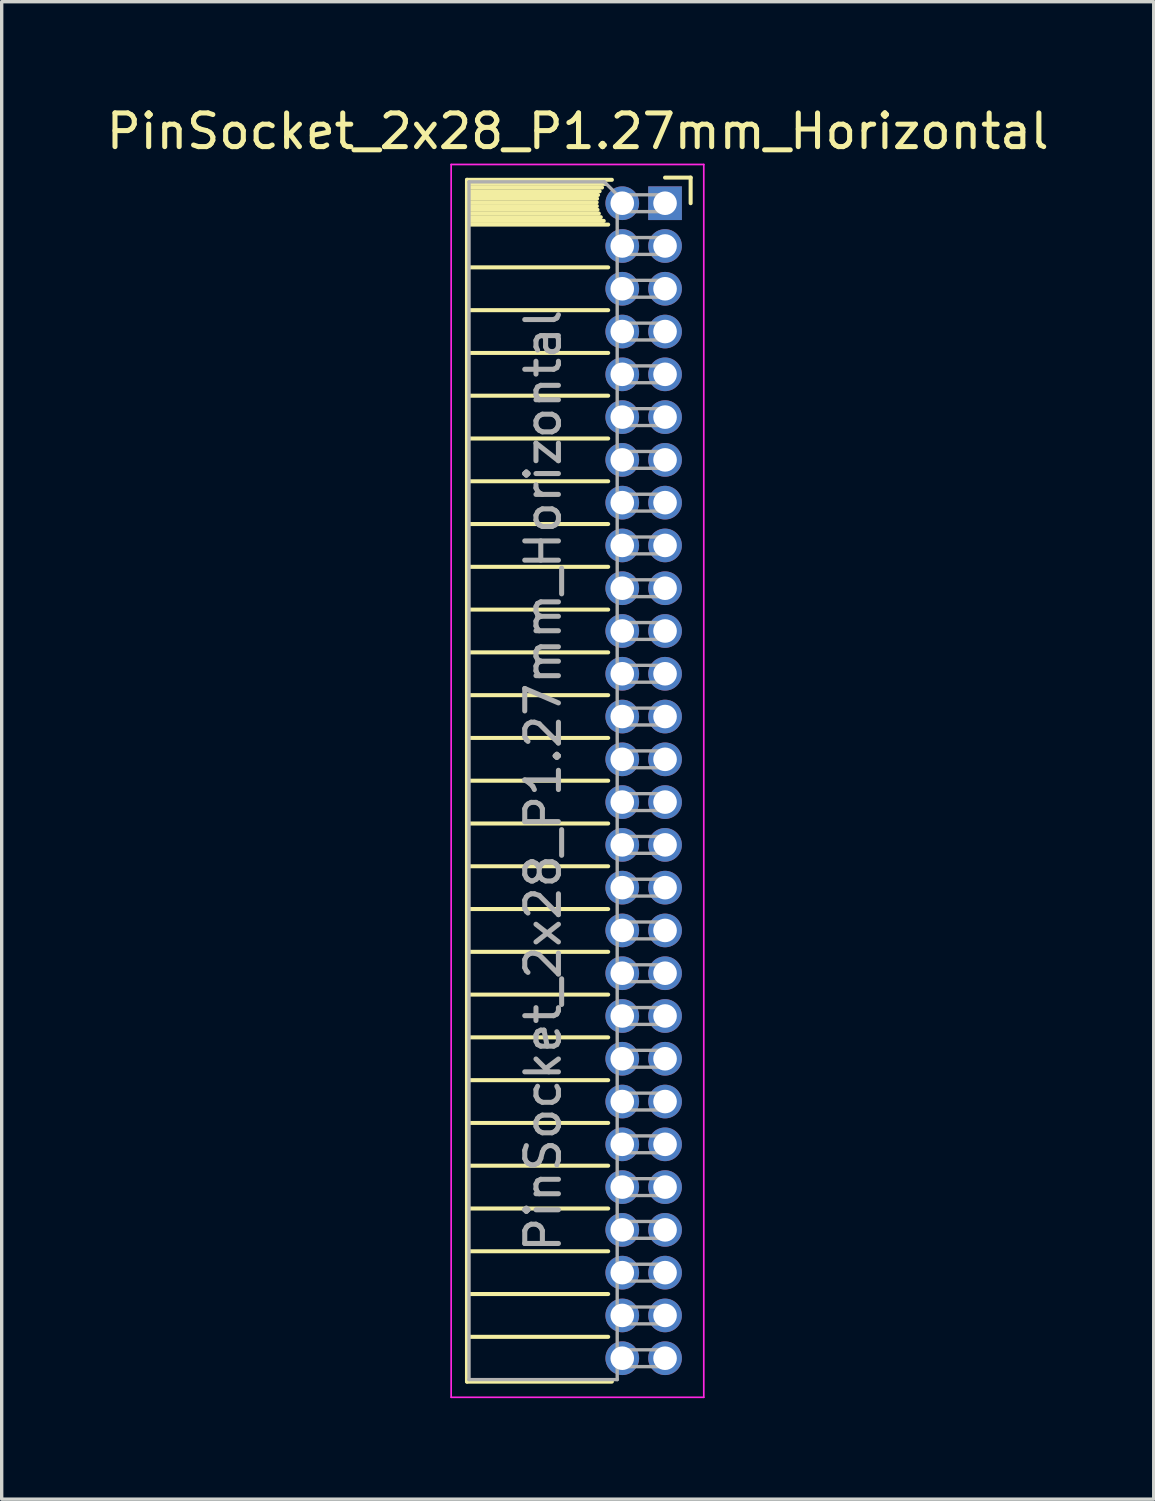
<source format=kicad_pcb>
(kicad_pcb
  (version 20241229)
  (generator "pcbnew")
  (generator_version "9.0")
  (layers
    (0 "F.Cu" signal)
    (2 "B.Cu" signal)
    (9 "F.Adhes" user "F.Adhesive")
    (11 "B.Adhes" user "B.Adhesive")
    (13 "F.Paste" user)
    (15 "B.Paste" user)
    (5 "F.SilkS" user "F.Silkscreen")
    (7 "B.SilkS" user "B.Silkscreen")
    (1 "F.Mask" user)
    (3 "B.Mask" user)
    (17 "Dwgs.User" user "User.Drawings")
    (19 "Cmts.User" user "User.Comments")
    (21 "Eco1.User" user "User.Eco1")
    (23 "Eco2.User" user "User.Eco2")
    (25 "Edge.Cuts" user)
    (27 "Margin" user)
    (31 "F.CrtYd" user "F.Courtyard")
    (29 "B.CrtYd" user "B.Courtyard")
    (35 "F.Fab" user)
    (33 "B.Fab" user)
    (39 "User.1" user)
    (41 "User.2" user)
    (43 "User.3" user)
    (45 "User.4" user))
  (footprint "PinSocket_2x28_P1.27mm_Horizontal"
    (layer "F.Cu")
    (at 16.694 2.983)
    (property "Reference" "PinSocket_2x28_P1.27mm_Horizontal" (at -2.592 -2.135 0) (layer "F.SilkS") (effects (font (size 1 1) (thickness 0.15))))
    (attr through_hole)
    (fp_line (start -5.88 -0.695) (end -5.88 34.985) (stroke (width 0.12) (type solid)) (layer "F.SilkS"))
    (fp_line (start -5.88 -0.695) (end -1.578 -0.695) (stroke (width 0.12) (type solid)) (layer "F.SilkS"))
    (fp_line (start -5.88 -0.575) (end -1.767 -0.575) (stroke (width 0.12) (type solid)) (layer "F.SilkS"))
    (fp_line (start -5.88 -0.465) (end -1.871 -0.465) (stroke (width 0.12) (type solid)) (layer "F.SilkS"))
    (fp_line (start -5.88 -0.355) (end -1.942 -0.355) (stroke (width 0.12) (type solid)) (layer "F.SilkS"))
    (fp_line (start -5.88 -0.245) (end -1.989 -0.245) (stroke (width 0.12) (type solid)) (layer "F.SilkS"))
    (fp_line (start -5.88 -0.135) (end -2.018 -0.135) (stroke (width 0.12) (type solid)) (layer "F.SilkS"))
    (fp_line (start -5.88 -0.025) (end -2.03 -0.025) (stroke (width 0.12) (type solid)) (layer "F.SilkS"))
    (fp_line (start -5.88 0.085) (end -2.025 0.085) (stroke (width 0.12) (type solid)) (layer "F.SilkS"))
    (fp_line (start -5.88 0.195) (end -2.005 0.195) (stroke (width 0.12) (type solid)) (layer "F.SilkS"))
    (fp_line (start -5.88 0.305) (end -1.966 0.305) (stroke (width 0.12) (type solid)) (layer "F.SilkS"))
    (fp_line (start -5.88 0.415) (end -1.907 0.415) (stroke (width 0.12) (type solid)) (layer "F.SilkS"))
    (fp_line (start -5.88 0.525) (end -1.82 0.525) (stroke (width 0.12) (type solid)) (layer "F.SilkS"))
    (fp_line (start -5.88 0.635) (end -1.688 0.635) (stroke (width 0.12) (type solid)) (layer "F.SilkS"))
    (fp_line (start -5.88 1.905) (end -1.688 1.905) (stroke (width 0.12) (type solid)) (layer "F.SilkS"))
    (fp_line (start -5.88 3.175) (end -1.688 3.175) (stroke (width 0.12) (type solid)) (layer "F.SilkS"))
    (fp_line (start -5.88 4.445) (end -1.688 4.445) (stroke (width 0.12) (type solid)) (layer "F.SilkS"))
    (fp_line (start -5.88 5.715) (end -1.688 5.715) (stroke (width 0.12) (type solid)) (layer "F.SilkS"))
    (fp_line (start -5.88 6.985) (end -1.688 6.985) (stroke (width 0.12) (type solid)) (layer "F.SilkS"))
    (fp_line (start -5.88 8.255) (end -1.688 8.255) (stroke (width 0.12) (type solid)) (layer "F.SilkS"))
    (fp_line (start -5.88 9.525) (end -1.688 9.525) (stroke (width 0.12) (type solid)) (layer "F.SilkS"))
    (fp_line (start -5.88 10.795) (end -1.688 10.795) (stroke (width 0.12) (type solid)) (layer "F.SilkS"))
    (fp_line (start -5.88 12.065) (end -1.688 12.065) (stroke (width 0.12) (type solid)) (layer "F.SilkS"))
    (fp_line (start -5.88 13.335) (end -1.688 13.335) (stroke (width 0.12) (type solid)) (layer "F.SilkS"))
    (fp_line (start -5.88 14.605) (end -1.688 14.605) (stroke (width 0.12) (type solid)) (layer "F.SilkS"))
    (fp_line (start -5.88 15.875) (end -1.688 15.875) (stroke (width 0.12) (type solid)) (layer "F.SilkS"))
    (fp_line (start -5.88 17.145) (end -1.688 17.145) (stroke (width 0.12) (type solid)) (layer "F.SilkS"))
    (fp_line (start -5.88 18.415) (end -1.688 18.415) (stroke (width 0.12) (type solid)) (layer "F.SilkS"))
    (fp_line (start -5.88 19.685) (end -1.688 19.685) (stroke (width 0.12) (type solid)) (layer "F.SilkS"))
    (fp_line (start -5.88 20.955) (end -1.688 20.955) (stroke (width 0.12) (type solid)) (layer "F.SilkS"))
    (fp_line (start -5.88 22.225) (end -1.688 22.225) (stroke (width 0.12) (type solid)) (layer "F.SilkS"))
    (fp_line (start -5.88 23.495) (end -1.688 23.495) (stroke (width 0.12) (type solid)) (layer "F.SilkS"))
    (fp_line (start -5.88 24.765) (end -1.688 24.765) (stroke (width 0.12) (type solid)) (layer "F.SilkS"))
    (fp_line (start -5.88 26.035) (end -1.688 26.035) (stroke (width 0.12) (type solid)) (layer "F.SilkS"))
    (fp_line (start -5.88 27.305) (end -1.688 27.305) (stroke (width 0.12) (type solid)) (layer "F.SilkS"))
    (fp_line (start -5.88 28.575) (end -1.688 28.575) (stroke (width 0.12) (type solid)) (layer "F.SilkS"))
    (fp_line (start -5.88 29.845) (end -1.688 29.845) (stroke (width 0.12) (type solid)) (layer "F.SilkS"))
    (fp_line (start -5.88 31.115) (end -1.688 31.115) (stroke (width 0.12) (type solid)) (layer "F.SilkS"))
    (fp_line (start -5.88 32.385) (end -1.688 32.385) (stroke (width 0.12) (type solid)) (layer "F.SilkS"))
    (fp_line (start -5.88 33.655) (end -1.688 33.655) (stroke (width 0.12) (type solid)) (layer "F.SilkS"))
    (fp_line (start -5.88 34.985) (end -1.578 34.985) (stroke (width 0.12) (type solid)) (layer "F.SilkS"))
    (fp_line (start 0 -0.76) (end 0.76 -0.76) (stroke (width 0.12) (type solid)) (layer "F.SilkS"))
    (fp_line (start 0.76 -0.76) (end 0.76 0) (stroke (width 0.12) (type solid)) (layer "F.SilkS"))
    (fp_line (start -6.35 -1.15) (end -6.35 35.45) (stroke (width 0.05) (type solid)) (layer "F.CrtYd"))
    (fp_line (start -6.35 35.45) (end 1.15 35.45) (stroke (width 0.05) (type solid)) (layer "F.CrtYd"))
    (fp_line (start 1.15 -1.15) (end -6.35 -1.15) (stroke (width 0.05) (type solid)) (layer "F.CrtYd"))
    (fp_line (start 1.15 35.45) (end 1.15 -1.15) (stroke (width 0.05) (type solid)) (layer "F.CrtYd"))
    (fp_line (start -5.82 -0.635) (end -1.805 -0.635) (stroke (width 0.1) (type solid)) (layer "F.Fab"))
    (fp_line (start -5.82 34.925) (end -5.82 -0.635) (stroke (width 0.1) (type solid)) (layer "F.Fab"))
    (fp_line (start -1.805 -0.635) (end -1.42 -0.25) (stroke (width 0.1) (type solid)) (layer "F.Fab"))
    (fp_line (start -1.42 -0.25) (end -1.42 34.925) (stroke (width 0.1) (type solid)) (layer "F.Fab"))
    (fp_line (start -1.42 0.25) (end 0 0.25) (stroke (width 0.1) (type solid)) (layer "F.Fab"))
    (fp_line (start -1.42 1.52) (end 0 1.52) (stroke (width 0.1) (type solid)) (layer "F.Fab"))
    (fp_line (start -1.42 2.79) (end 0 2.79) (stroke (width 0.1) (type solid)) (layer "F.Fab"))
    (fp_line (start -1.42 4.06) (end 0 4.06) (stroke (width 0.1) (type solid)) (layer "F.Fab"))
    (fp_line (start -1.42 5.33) (end 0 5.33) (stroke (width 0.1) (type solid)) (layer "F.Fab"))
    (fp_line (start -1.42 6.6) (end 0 6.6) (stroke (width 0.1) (type solid)) (layer "F.Fab"))
    (fp_line (start -1.42 7.87) (end 0 7.87) (stroke (width 0.1) (type solid)) (layer "F.Fab"))
    (fp_line (start -1.42 9.14) (end 0 9.14) (stroke (width 0.1) (type solid)) (layer "F.Fab"))
    (fp_line (start -1.42 10.41) (end 0 10.41) (stroke (width 0.1) (type solid)) (layer "F.Fab"))
    (fp_line (start -1.42 11.68) (end 0 11.68) (stroke (width 0.1) (type solid)) (layer "F.Fab"))
    (fp_line (start -1.42 12.95) (end 0 12.95) (stroke (width 0.1) (type solid)) (layer "F.Fab"))
    (fp_line (start -1.42 14.22) (end 0 14.22) (stroke (width 0.1) (type solid)) (layer "F.Fab"))
    (fp_line (start -1.42 15.49) (end 0 15.49) (stroke (width 0.1) (type solid)) (layer "F.Fab"))
    (fp_line (start -1.42 16.76) (end 0 16.76) (stroke (width 0.1) (type solid)) (layer "F.Fab"))
    (fp_line (start -1.42 18.03) (end 0 18.03) (stroke (width 0.1) (type solid)) (layer "F.Fab"))
    (fp_line (start -1.42 19.3) (end 0 19.3) (stroke (width 0.1) (type solid)) (layer "F.Fab"))
    (fp_line (start -1.42 20.57) (end 0 20.57) (stroke (width 0.1) (type solid)) (layer "F.Fab"))
    (fp_line (start -1.42 21.84) (end 0 21.84) (stroke (width 0.1) (type solid)) (layer "F.Fab"))
    (fp_line (start -1.42 23.11) (end 0 23.11) (stroke (width 0.1) (type solid)) (layer "F.Fab"))
    (fp_line (start -1.42 24.38) (end 0 24.38) (stroke (width 0.1) (type solid)) (layer "F.Fab"))
    (fp_line (start -1.42 25.65) (end 0 25.65) (stroke (width 0.1) (type solid)) (layer "F.Fab"))
    (fp_line (start -1.42 26.92) (end 0 26.92) (stroke (width 0.1) (type solid)) (layer "F.Fab"))
    (fp_line (start -1.42 28.19) (end 0 28.19) (stroke (width 0.1) (type solid)) (layer "F.Fab"))
    (fp_line (start -1.42 29.46) (end 0 29.46) (stroke (width 0.1) (type solid)) (layer "F.Fab"))
    (fp_line (start -1.42 30.73) (end 0 30.73) (stroke (width 0.1) (type solid)) (layer "F.Fab"))
    (fp_line (start -1.42 32) (end 0 32) (stroke (width 0.1) (type solid)) (layer "F.Fab"))
    (fp_line (start -1.42 33.27) (end 0 33.27) (stroke (width 0.1) (type solid)) (layer "F.Fab"))
    (fp_line (start -1.42 34.54) (end 0 34.54) (stroke (width 0.1) (type solid)) (layer "F.Fab"))
    (fp_line (start -1.42 34.925) (end -5.82 34.925) (stroke (width 0.1) (type solid)) (layer "F.Fab"))
    (fp_line (start 0 -0.25) (end -1.42 -0.25) (stroke (width 0.1) (type solid)) (layer "F.Fab"))
    (fp_line (start 0 0.25) (end 0 -0.25) (stroke (width 0.1) (type solid)) (layer "F.Fab"))
    (fp_line (start 0 1.02) (end -1.42 1.02) (stroke (width 0.1) (type solid)) (layer "F.Fab"))
    (fp_line (start 0 1.52) (end 0 1.02) (stroke (width 0.1) (type solid)) (layer "F.Fab"))
    (fp_line (start 0 2.29) (end -1.42 2.29) (stroke (width 0.1) (type solid)) (layer "F.Fab"))
    (fp_line (start 0 2.79) (end 0 2.29) (stroke (width 0.1) (type solid)) (layer "F.Fab"))
    (fp_line (start 0 3.56) (end -1.42 3.56) (stroke (width 0.1) (type solid)) (layer "F.Fab"))
    (fp_line (start 0 4.06) (end 0 3.56) (stroke (width 0.1) (type solid)) (layer "F.Fab"))
    (fp_line (start 0 4.83) (end -1.42 4.83) (stroke (width 0.1) (type solid)) (layer "F.Fab"))
    (fp_line (start 0 5.33) (end 0 4.83) (stroke (width 0.1) (type solid)) (layer "F.Fab"))
    (fp_line (start 0 6.1) (end -1.42 6.1) (stroke (width 0.1) (type solid)) (layer "F.Fab"))
    (fp_line (start 0 6.6) (end 0 6.1) (stroke (width 0.1) (type solid)) (layer "F.Fab"))
    (fp_line (start 0 7.37) (end -1.42 7.37) (stroke (width 0.1) (type solid)) (layer "F.Fab"))
    (fp_line (start 0 7.87) (end 0 7.37) (stroke (width 0.1) (type solid)) (layer "F.Fab"))
    (fp_line (start 0 8.64) (end -1.42 8.64) (stroke (width 0.1) (type solid)) (layer "F.Fab"))
    (fp_line (start 0 9.14) (end 0 8.64) (stroke (width 0.1) (type solid)) (layer "F.Fab"))
    (fp_line (start 0 9.91) (end -1.42 9.91) (stroke (width 0.1) (type solid)) (layer "F.Fab"))
    (fp_line (start 0 10.41) (end 0 9.91) (stroke (width 0.1) (type solid)) (layer "F.Fab"))
    (fp_line (start 0 11.18) (end -1.42 11.18) (stroke (width 0.1) (type solid)) (layer "F.Fab"))
    (fp_line (start 0 11.68) (end 0 11.18) (stroke (width 0.1) (type solid)) (layer "F.Fab"))
    (fp_line (start 0 12.45) (end -1.42 12.45) (stroke (width 0.1) (type solid)) (layer "F.Fab"))
    (fp_line (start 0 12.95) (end 0 12.45) (stroke (width 0.1) (type solid)) (layer "F.Fab"))
    (fp_line (start 0 13.72) (end -1.42 13.72) (stroke (width 0.1) (type solid)) (layer "F.Fab"))
    (fp_line (start 0 14.22) (end 0 13.72) (stroke (width 0.1) (type solid)) (layer "F.Fab"))
    (fp_line (start 0 14.99) (end -1.42 14.99) (stroke (width 0.1) (type solid)) (layer "F.Fab"))
    (fp_line (start 0 15.49) (end 0 14.99) (stroke (width 0.1) (type solid)) (layer "F.Fab"))
    (fp_line (start 0 16.26) (end -1.42 16.26) (stroke (width 0.1) (type solid)) (layer "F.Fab"))
    (fp_line (start 0 16.76) (end 0 16.26) (stroke (width 0.1) (type solid)) (layer "F.Fab"))
    (fp_line (start 0 17.53) (end -1.42 17.53) (stroke (width 0.1) (type solid)) (layer "F.Fab"))
    (fp_line (start 0 18.03) (end 0 17.53) (stroke (width 0.1) (type solid)) (layer "F.Fab"))
    (fp_line (start 0 18.8) (end -1.42 18.8) (stroke (width 0.1) (type solid)) (layer "F.Fab"))
    (fp_line (start 0 19.3) (end 0 18.8) (stroke (width 0.1) (type solid)) (layer "F.Fab"))
    (fp_line (start 0 20.07) (end -1.42 20.07) (stroke (width 0.1) (type solid)) (layer "F.Fab"))
    (fp_line (start 0 20.57) (end 0 20.07) (stroke (width 0.1) (type solid)) (layer "F.Fab"))
    (fp_line (start 0 21.34) (end -1.42 21.34) (stroke (width 0.1) (type solid)) (layer "F.Fab"))
    (fp_line (start 0 21.84) (end 0 21.34) (stroke (width 0.1) (type solid)) (layer "F.Fab"))
    (fp_line (start 0 22.61) (end -1.42 22.61) (stroke (width 0.1) (type solid)) (layer "F.Fab"))
    (fp_line (start 0 23.11) (end 0 22.61) (stroke (width 0.1) (type solid)) (layer "F.Fab"))
    (fp_line (start 0 23.88) (end -1.42 23.88) (stroke (width 0.1) (type solid)) (layer "F.Fab"))
    (fp_line (start 0 24.38) (end 0 23.88) (stroke (width 0.1) (type solid)) (layer "F.Fab"))
    (fp_line (start 0 25.15) (end -1.42 25.15) (stroke (width 0.1) (type solid)) (layer "F.Fab"))
    (fp_line (start 0 25.65) (end 0 25.15) (stroke (width 0.1) (type solid)) (layer "F.Fab"))
    (fp_line (start 0 26.42) (end -1.42 26.42) (stroke (width 0.1) (type solid)) (layer "F.Fab"))
    (fp_line (start 0 26.92) (end 0 26.42) (stroke (width 0.1) (type solid)) (layer "F.Fab"))
    (fp_line (start 0 27.69) (end -1.42 27.69) (stroke (width 0.1) (type solid)) (layer "F.Fab"))
    (fp_line (start 0 28.19) (end 0 27.69) (stroke (width 0.1) (type solid)) (layer "F.Fab"))
    (fp_line (start 0 28.96) (end -1.42 28.96) (stroke (width 0.1) (type solid)) (layer "F.Fab"))
    (fp_line (start 0 29.46) (end 0 28.96) (stroke (width 0.1) (type solid)) (layer "F.Fab"))
    (fp_line (start 0 30.23) (end -1.42 30.23) (stroke (width 0.1) (type solid)) (layer "F.Fab"))
    (fp_line (start 0 30.73) (end 0 30.23) (stroke (width 0.1) (type solid)) (layer "F.Fab"))
    (fp_line (start 0 31.5) (end -1.42 31.5) (stroke (width 0.1) (type solid)) (layer "F.Fab"))
    (fp_line (start 0 32) (end 0 31.5) (stroke (width 0.1) (type solid)) (layer "F.Fab"))
    (fp_line (start 0 32.77) (end -1.42 32.77) (stroke (width 0.1) (type solid)) (layer "F.Fab"))
    (fp_line (start 0 33.27) (end 0 32.77) (stroke (width 0.1) (type solid)) (layer "F.Fab"))
    (fp_line (start 0 34.04) (end -1.42 34.04) (stroke (width 0.1) (type solid)) (layer "F.Fab"))
    (fp_line (start 0 34.54) (end 0 34.04) (stroke (width 0.1) (type solid)) (layer "F.Fab"))
    (fp_text user "${REFERENCE}" (at -3.62 17.145 90) (layer "F.Fab") (effects (font (size 1 1) (thickness 0.15))))
    (pad "1" thru_hole rect (at 0 0) (size 1 1) (drill 0.7) (layers "*.Cu" "*.Mask"))
    (pad "2" thru_hole oval (at -1.27 0) (size 1 1) (drill 0.7) (layers "*.Cu" "*.Mask"))
    (pad "3" thru_hole oval (at 0 1.27) (size 1 1) (drill 0.7) (layers "*.Cu" "*.Mask"))
    (pad "4" thru_hole oval (at -1.27 1.27) (size 1 1) (drill 0.7) (layers "*.Cu" "*.Mask"))
    (pad "5" thru_hole oval (at 0 2.54) (size 1 1) (drill 0.7) (layers "*.Cu" "*.Mask"))
    (pad "6" thru_hole oval (at -1.27 2.54) (size 1 1) (drill 0.7) (layers "*.Cu" "*.Mask"))
    (pad "7" thru_hole oval (at 0 3.81) (size 1 1) (drill 0.7) (layers "*.Cu" "*.Mask"))
    (pad "8" thru_hole oval (at -1.27 3.81) (size 1 1) (drill 0.7) (layers "*.Cu" "*.Mask"))
    (pad "9" thru_hole oval (at 0 5.08) (size 1 1) (drill 0.7) (layers "*.Cu" "*.Mask"))
    (pad "10" thru_hole oval (at -1.27 5.08) (size 1 1) (drill 0.7) (layers "*.Cu" "*.Mask"))
    (pad "11" thru_hole oval (at 0 6.35) (size 1 1) (drill 0.7) (layers "*.Cu" "*.Mask"))
    (pad "12" thru_hole oval (at -1.27 6.35) (size 1 1) (drill 0.7) (layers "*.Cu" "*.Mask"))
    (pad "13" thru_hole oval (at 0 7.62) (size 1 1) (drill 0.7) (layers "*.Cu" "*.Mask"))
    (pad "14" thru_hole oval (at -1.27 7.62) (size 1 1) (drill 0.7) (layers "*.Cu" "*.Mask"))
    (pad "15" thru_hole oval (at 0 8.89) (size 1 1) (drill 0.7) (layers "*.Cu" "*.Mask"))
    (pad "16" thru_hole oval (at -1.27 8.89) (size 1 1) (drill 0.7) (layers "*.Cu" "*.Mask"))
    (pad "17" thru_hole oval (at 0 10.16) (size 1 1) (drill 0.7) (layers "*.Cu" "*.Mask"))
    (pad "18" thru_hole oval (at -1.27 10.16) (size 1 1) (drill 0.7) (layers "*.Cu" "*.Mask"))
    (pad "19" thru_hole oval (at 0 11.43) (size 1 1) (drill 0.7) (layers "*.Cu" "*.Mask"))
    (pad "20" thru_hole oval (at -1.27 11.43) (size 1 1) (drill 0.7) (layers "*.Cu" "*.Mask"))
    (pad "21" thru_hole oval (at 0 12.7) (size 1 1) (drill 0.7) (layers "*.Cu" "*.Mask"))
    (pad "22" thru_hole oval (at -1.27 12.7) (size 1 1) (drill 0.7) (layers "*.Cu" "*.Mask"))
    (pad "23" thru_hole oval (at 0 13.97) (size 1 1) (drill 0.7) (layers "*.Cu" "*.Mask"))
    (pad "24" thru_hole oval (at -1.27 13.97) (size 1 1) (drill 0.7) (layers "*.Cu" "*.Mask"))
    (pad "25" thru_hole oval (at 0 15.24) (size 1 1) (drill 0.7) (layers "*.Cu" "*.Mask"))
    (pad "26" thru_hole oval (at -1.27 15.24) (size 1 1) (drill 0.7) (layers "*.Cu" "*.Mask"))
    (pad "27" thru_hole oval (at 0 16.51) (size 1 1) (drill 0.7) (layers "*.Cu" "*.Mask"))
    (pad "28" thru_hole oval (at -1.27 16.51) (size 1 1) (drill 0.7) (layers "*.Cu" "*.Mask"))
    (pad "29" thru_hole oval (at 0 17.78) (size 1 1) (drill 0.7) (layers "*.Cu" "*.Mask"))
    (pad "30" thru_hole oval (at -1.27 17.78) (size 1 1) (drill 0.7) (layers "*.Cu" "*.Mask"))
    (pad "31" thru_hole oval (at 0 19.05) (size 1 1) (drill 0.7) (layers "*.Cu" "*.Mask"))
    (pad "32" thru_hole oval (at -1.27 19.05) (size 1 1) (drill 0.7) (layers "*.Cu" "*.Mask"))
    (pad "33" thru_hole oval (at 0 20.32) (size 1 1) (drill 0.7) (layers "*.Cu" "*.Mask"))
    (pad "34" thru_hole oval (at -1.27 20.32) (size 1 1) (drill 0.7) (layers "*.Cu" "*.Mask"))
    (pad "35" thru_hole oval (at 0 21.59) (size 1 1) (drill 0.7) (layers "*.Cu" "*.Mask"))
    (pad "36" thru_hole oval (at -1.27 21.59) (size 1 1) (drill 0.7) (layers "*.Cu" "*.Mask"))
    (pad "37" thru_hole oval (at 0 22.86) (size 1 1) (drill 0.7) (layers "*.Cu" "*.Mask"))
    (pad "38" thru_hole oval (at -1.27 22.86) (size 1 1) (drill 0.7) (layers "*.Cu" "*.Mask"))
    (pad "39" thru_hole oval (at 0 24.13) (size 1 1) (drill 0.7) (layers "*.Cu" "*.Mask"))
    (pad "40" thru_hole oval (at -1.27 24.13) (size 1 1) (drill 0.7) (layers "*.Cu" "*.Mask"))
    (pad "41" thru_hole oval (at 0 25.4) (size 1 1) (drill 0.7) (layers "*.Cu" "*.Mask"))
    (pad "42" thru_hole oval (at -1.27 25.4) (size 1 1) (drill 0.7) (layers "*.Cu" "*.Mask"))
    (pad "43" thru_hole oval (at 0 26.67) (size 1 1) (drill 0.7) (layers "*.Cu" "*.Mask"))
    (pad "44" thru_hole oval (at -1.27 26.67) (size 1 1) (drill 0.7) (layers "*.Cu" "*.Mask"))
    (pad "45" thru_hole oval (at 0 27.94) (size 1 1) (drill 0.7) (layers "*.Cu" "*.Mask"))
    (pad "46" thru_hole oval (at -1.27 27.94) (size 1 1) (drill 0.7) (layers "*.Cu" "*.Mask"))
    (pad "47" thru_hole oval (at 0 29.21) (size 1 1) (drill 0.7) (layers "*.Cu" "*.Mask"))
    (pad "48" thru_hole oval (at -1.27 29.21) (size 1 1) (drill 0.7) (layers "*.Cu" "*.Mask"))
    (pad "49" thru_hole oval (at 0 30.48) (size 1 1) (drill 0.7) (layers "*.Cu" "*.Mask"))
    (pad "50" thru_hole oval (at -1.27 30.48) (size 1 1) (drill 0.7) (layers "*.Cu" "*.Mask"))
    (pad "51" thru_hole oval (at 0 31.75) (size 1 1) (drill 0.7) (layers "*.Cu" "*.Mask"))
    (pad "52" thru_hole oval (at -1.27 31.75) (size 1 1) (drill 0.7) (layers "*.Cu" "*.Mask"))
    (pad "53" thru_hole oval (at 0 33.02) (size 1 1) (drill 0.7) (layers "*.Cu" "*.Mask"))
    (pad "54" thru_hole oval (at -1.27 33.02) (size 1 1) (drill 0.7) (layers "*.Cu" "*.Mask"))
    (pad "55" thru_hole oval (at 0 34.29) (size 1 1) (drill 0.7) (layers "*.Cu" "*.Mask"))
    (pad "56" thru_hole oval (at -1.27 34.29) (size 1 1) (drill 0.7) (layers "*.Cu" "*.Mask")))
  (gr_rect
    (start -3 -3)
    (end 31.202 41.458)
    (stroke (width 0.1) (type default))
    (fill no)
    (layer "Edge.Cuts")))
</source>
